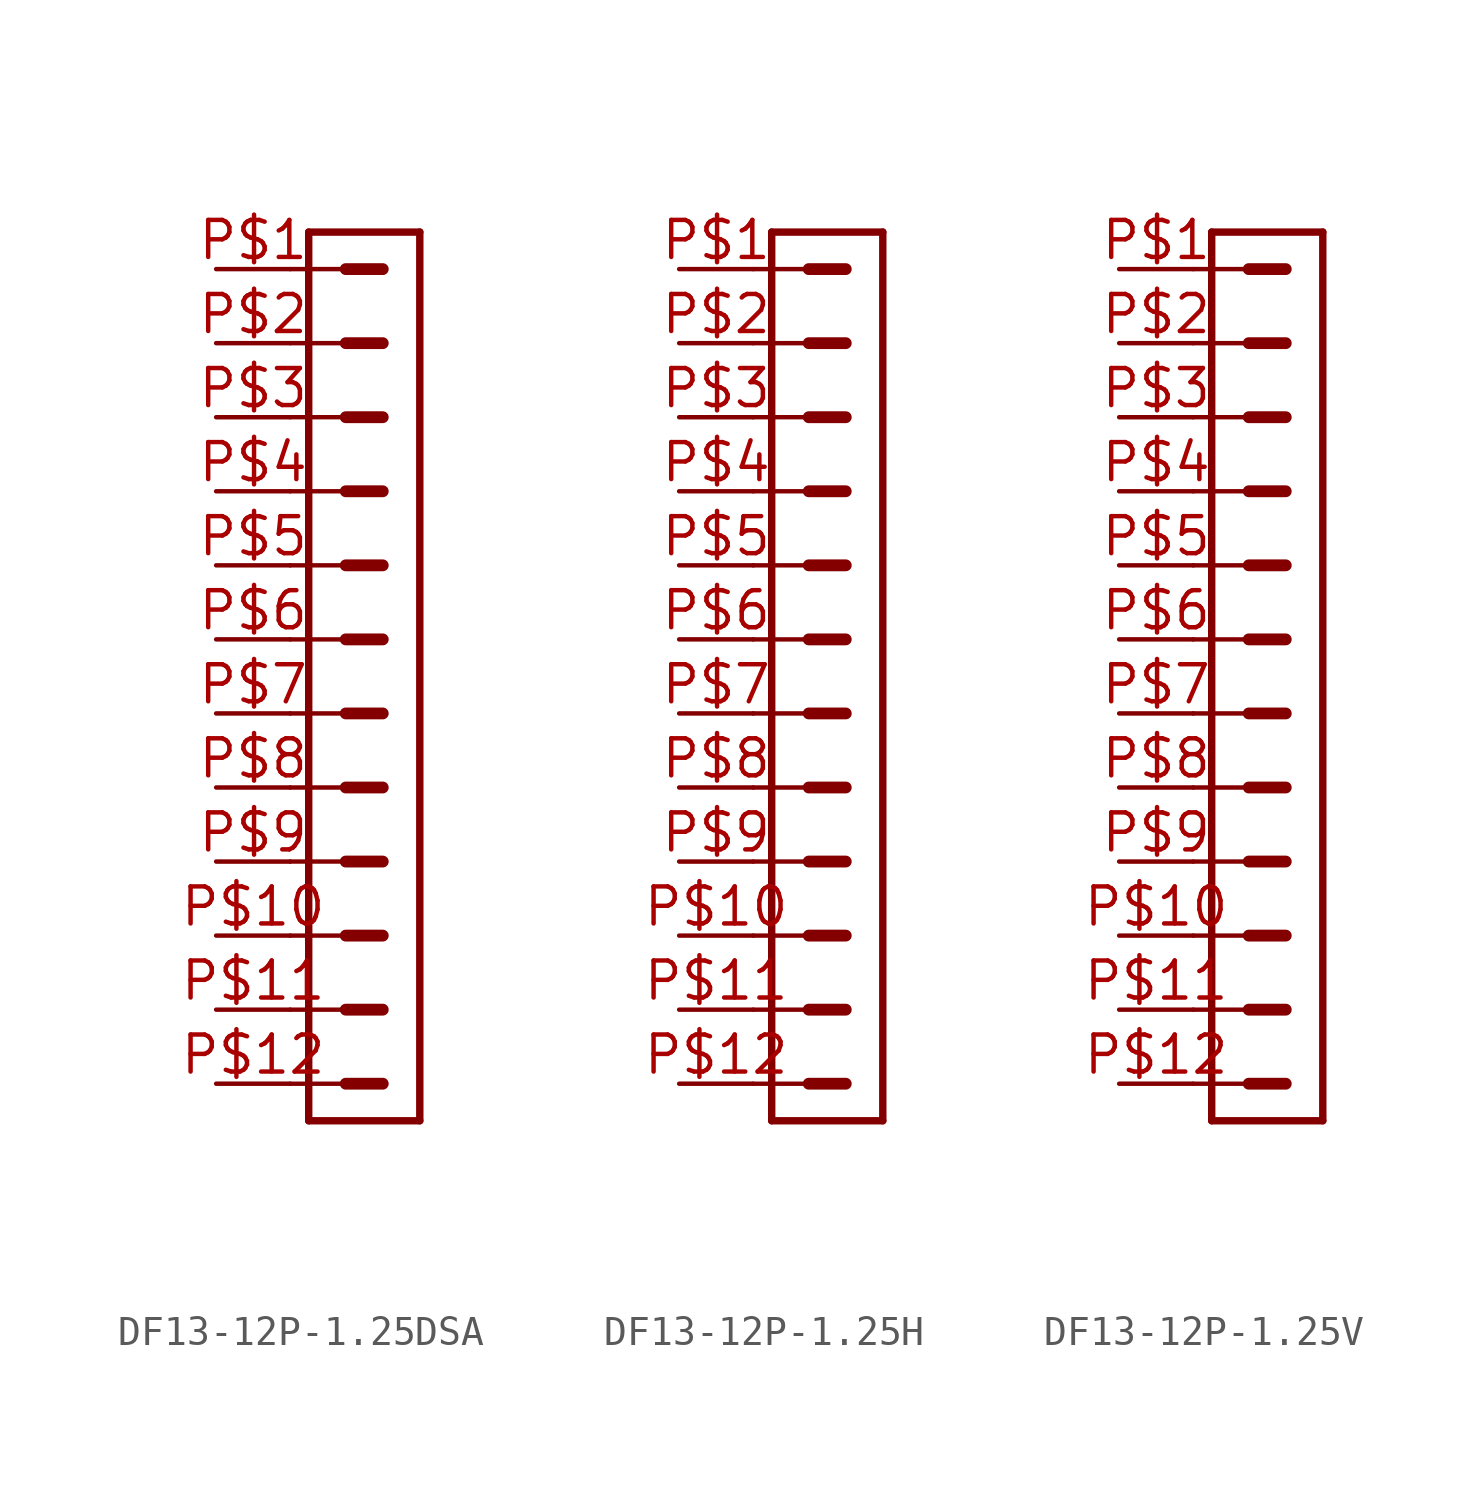
<source format=kicad_sym>
(kicad_symbol_lib
  (version 20231120)
  (generator "kicad_symbol_editor")
  (generator_version "8.0")
  (symbol "DF13-12P-1.25DSA"
    (property "Reference" ""
      (at -1.905 20.32 0)
      (effects (font (size 1.778 1.511)) (justify left bottom) (hide yes)))
    (property "Value" ""
      (at -1.905 -14.287 0)
      (effects (font (size 1.778 1.511)) (justify left bottom)))
    (property "ki_locked" ""
      (at 0 0 0)
      (effects (font (size 1.27 1.27))))
    (symbol "DF13-12P-1.25DSA_1_0"
      (polyline (pts (xy -2.54 -10.16) (xy -0.635 -10.16)) (stroke (width 0.152) (type solid)) (fill (type none)))
      (polyline (pts (xy -2.54 -7.62) (xy -0.635 -7.62)) (stroke (width 0.152) (type solid)) (fill (type none)))
      (polyline (pts (xy -2.54 -5.08) (xy -0.635 -5.08)) (stroke (width 0.152) (type solid)) (fill (type none)))
      (polyline (pts (xy -2.54 -2.54) (xy -0.635 -2.54)) (stroke (width 0.152) (type solid)) (fill (type none)))
      (polyline (pts (xy -2.54 0) (xy -0.635 0)) (stroke (width 0.152) (type solid)) (fill (type none)))
      (polyline (pts (xy -2.54 2.54) (xy -0.635 2.54)) (stroke (width 0.152) (type solid)) (fill (type none)))
      (polyline (pts (xy -2.54 5.08) (xy -0.635 5.08)) (stroke (width 0.152) (type solid)) (fill (type none)))
      (polyline (pts (xy -2.54 7.62) (xy -0.635 7.62)) (stroke (width 0.152) (type solid)) (fill (type none)))
      (polyline (pts (xy -2.54 10.16) (xy -0.635 10.16)) (stroke (width 0.152) (type solid)) (fill (type none)))
      (polyline (pts (xy -2.54 12.7) (xy -0.635 12.7)) (stroke (width 0.152) (type solid)) (fill (type none)))
      (polyline (pts (xy -2.54 15.24) (xy -0.635 15.24)) (stroke (width 0.152) (type solid)) (fill (type none)))
      (polyline (pts (xy -2.54 17.78) (xy -0.635 17.78)) (stroke (width 0.152) (type solid)) (fill (type none)))
      (polyline (pts (xy -1.905 -11.43) (xy -1.905 19.05)) (stroke (width 0.254) (type solid)) (fill (type none)))
      (polyline (pts (xy -1.905 -11.43) (xy 1.905 -11.43)) (stroke (width 0.254) (type solid)) (fill (type none)))
      (polyline (pts (xy -0.635 -10.16) (xy 0.635 -10.16)) (stroke (width 0.406) (type solid)) (fill (type none)))
      (polyline (pts (xy -0.635 -7.62) (xy 0.635 -7.62)) (stroke (width 0.406) (type solid)) (fill (type none)))
      (polyline (pts (xy -0.635 -5.08) (xy 0.635 -5.08)) (stroke (width 0.406) (type solid)) (fill (type none)))
      (polyline (pts (xy -0.635 -2.54) (xy 0.635 -2.54)) (stroke (width 0.406) (type solid)) (fill (type none)))
      (polyline (pts (xy -0.635 0) (xy 0.635 0)) (stroke (width 0.406) (type solid)) (fill (type none)))
      (polyline (pts (xy -0.635 2.54) (xy 0.635 2.54)) (stroke (width 0.406) (type solid)) (fill (type none)))
      (polyline (pts (xy -0.635 5.08) (xy 0.635 5.08)) (stroke (width 0.406) (type solid)) (fill (type none)))
      (polyline (pts (xy -0.635 7.62) (xy 0.635 7.62)) (stroke (width 0.406) (type solid)) (fill (type none)))
      (polyline (pts (xy -0.635 10.16) (xy 0.635 10.16)) (stroke (width 0.406) (type solid)) (fill (type none)))
      (polyline (pts (xy -0.635 12.7) (xy 0.635 12.7)) (stroke (width 0.406) (type solid)) (fill (type none)))
      (polyline (pts (xy -0.635 15.24) (xy 0.635 15.24)) (stroke (width 0.406) (type solid)) (fill (type none)))
      (polyline (pts (xy -0.635 17.78) (xy 0.635 17.78)) (stroke (width 0.406) (type solid)) (fill (type none)))
      (polyline (pts (xy 1.905 19.05) (xy -1.905 19.05)) (stroke (width 0.254) (type solid)) (fill (type none)))
      (polyline (pts (xy 1.905 19.05) (xy 1.905 -11.43)) (stroke (width 0.254) (type solid)) (fill (type none)))
      (pin passive line (at -5.08 17.78 0) (length 2.54) (name "1" (effects (font (size 0 0)))) (number "P$1" (effects (font (size 1.27 1.27)))))
      (pin passive line (at -5.08 -5.08 0) (length 2.54) (name "10" (effects (font (size 0 0)))) (number "P$10" (effects (font (size 1.27 1.27)))))
      (pin passive line (at -5.08 -7.62 0) (length 2.54) (name "11" (effects (font (size 0 0)))) (number "P$11" (effects (font (size 1.27 1.27)))))
      (pin passive line (at -5.08 -10.16 0) (length 2.54) (name "12" (effects (font (size 0 0)))) (number "P$12" (effects (font (size 1.27 1.27)))))
      (pin passive line (at -5.08 15.24 0) (length 2.54) (name "2" (effects (font (size 0 0)))) (number "P$2" (effects (font (size 1.27 1.27)))))
      (pin passive line (at -5.08 12.7 0) (length 2.54) (name "3" (effects (font (size 0 0)))) (number "P$3" (effects (font (size 1.27 1.27)))))
      (pin passive line (at -5.08 10.16 0) (length 2.54) (name "4" (effects (font (size 0 0)))) (number "P$4" (effects (font (size 1.27 1.27)))))
      (pin passive line (at -5.08 7.62 0) (length 2.54) (name "5" (effects (font (size 0 0)))) (number "P$5" (effects (font (size 1.27 1.27)))))
      (pin passive line (at -5.08 5.08 0) (length 2.54) (name "6" (effects (font (size 0 0)))) (number "P$6" (effects (font (size 1.27 1.27)))))
      (pin passive line (at -5.08 2.54 0) (length 2.54) (name "7" (effects (font (size 0 0)))) (number "P$7" (effects (font (size 1.27 1.27)))))
      (pin passive line (at -5.08 0 0) (length 2.54) (name "8" (effects (font (size 0 0)))) (number "P$8" (effects (font (size 1.27 1.27)))))
      (pin passive line (at -5.08 -2.54 0) (length 2.54) (name "9" (effects (font (size 0 0)))) (number "P$9" (effects (font (size 1.27 1.27)))))))
  (symbol "DF13-12P-1.25H"
    (property "Reference" ""
      (at -1.905 20.32 0)
      (effects (font (size 1.778 1.511)) (justify left bottom) (hide yes)))
    (property "Value" ""
      (at -1.905 -14.287 0)
      (effects (font (size 1.778 1.511)) (justify left bottom)))
    (property "ki_locked" ""
      (at 0 0 0)
      (effects (font (size 1.27 1.27))))
    (symbol "DF13-12P-1.25H_1_0"
      (polyline (pts (xy -2.54 -10.16) (xy -0.635 -10.16)) (stroke (width 0.152) (type solid)) (fill (type none)))
      (polyline (pts (xy -2.54 -7.62) (xy -0.635 -7.62)) (stroke (width 0.152) (type solid)) (fill (type none)))
      (polyline (pts (xy -2.54 -5.08) (xy -0.635 -5.08)) (stroke (width 0.152) (type solid)) (fill (type none)))
      (polyline (pts (xy -2.54 -2.54) (xy -0.635 -2.54)) (stroke (width 0.152) (type solid)) (fill (type none)))
      (polyline (pts (xy -2.54 0) (xy -0.635 0)) (stroke (width 0.152) (type solid)) (fill (type none)))
      (polyline (pts (xy -2.54 2.54) (xy -0.635 2.54)) (stroke (width 0.152) (type solid)) (fill (type none)))
      (polyline (pts (xy -2.54 5.08) (xy -0.635 5.08)) (stroke (width 0.152) (type solid)) (fill (type none)))
      (polyline (pts (xy -2.54 7.62) (xy -0.635 7.62)) (stroke (width 0.152) (type solid)) (fill (type none)))
      (polyline (pts (xy -2.54 10.16) (xy -0.635 10.16)) (stroke (width 0.152) (type solid)) (fill (type none)))
      (polyline (pts (xy -2.54 12.7) (xy -0.635 12.7)) (stroke (width 0.152) (type solid)) (fill (type none)))
      (polyline (pts (xy -2.54 15.24) (xy -0.635 15.24)) (stroke (width 0.152) (type solid)) (fill (type none)))
      (polyline (pts (xy -2.54 17.78) (xy -0.635 17.78)) (stroke (width 0.152) (type solid)) (fill (type none)))
      (polyline (pts (xy -1.905 -11.43) (xy -1.905 19.05)) (stroke (width 0.254) (type solid)) (fill (type none)))
      (polyline (pts (xy -1.905 -11.43) (xy 1.905 -11.43)) (stroke (width 0.254) (type solid)) (fill (type none)))
      (polyline (pts (xy -0.635 -10.16) (xy 0.635 -10.16)) (stroke (width 0.406) (type solid)) (fill (type none)))
      (polyline (pts (xy -0.635 -7.62) (xy 0.635 -7.62)) (stroke (width 0.406) (type solid)) (fill (type none)))
      (polyline (pts (xy -0.635 -5.08) (xy 0.635 -5.08)) (stroke (width 0.406) (type solid)) (fill (type none)))
      (polyline (pts (xy -0.635 -2.54) (xy 0.635 -2.54)) (stroke (width 0.406) (type solid)) (fill (type none)))
      (polyline (pts (xy -0.635 0) (xy 0.635 0)) (stroke (width 0.406) (type solid)) (fill (type none)))
      (polyline (pts (xy -0.635 2.54) (xy 0.635 2.54)) (stroke (width 0.406) (type solid)) (fill (type none)))
      (polyline (pts (xy -0.635 5.08) (xy 0.635 5.08)) (stroke (width 0.406) (type solid)) (fill (type none)))
      (polyline (pts (xy -0.635 7.62) (xy 0.635 7.62)) (stroke (width 0.406) (type solid)) (fill (type none)))
      (polyline (pts (xy -0.635 10.16) (xy 0.635 10.16)) (stroke (width 0.406) (type solid)) (fill (type none)))
      (polyline (pts (xy -0.635 12.7) (xy 0.635 12.7)) (stroke (width 0.406) (type solid)) (fill (type none)))
      (polyline (pts (xy -0.635 15.24) (xy 0.635 15.24)) (stroke (width 0.406) (type solid)) (fill (type none)))
      (polyline (pts (xy -0.635 17.78) (xy 0.635 17.78)) (stroke (width 0.406) (type solid)) (fill (type none)))
      (polyline (pts (xy 1.905 19.05) (xy -1.905 19.05)) (stroke (width 0.254) (type solid)) (fill (type none)))
      (polyline (pts (xy 1.905 19.05) (xy 1.905 -11.43)) (stroke (width 0.254) (type solid)) (fill (type none)))
      (pin passive line (at -5.08 17.78 0) (length 2.54) (name "1" (effects (font (size 0 0)))) (number "P$1" (effects (font (size 1.27 1.27)))))
      (pin passive line (at -5.08 -5.08 0) (length 2.54) (name "10" (effects (font (size 0 0)))) (number "P$10" (effects (font (size 1.27 1.27)))))
      (pin passive line (at -5.08 -7.62 0) (length 2.54) (name "11" (effects (font (size 0 0)))) (number "P$11" (effects (font (size 1.27 1.27)))))
      (pin passive line (at -5.08 -10.16 0) (length 2.54) (name "12" (effects (font (size 0 0)))) (number "P$12" (effects (font (size 1.27 1.27)))))
      (pin passive line (at -5.08 15.24 0) (length 2.54) (name "2" (effects (font (size 0 0)))) (number "P$2" (effects (font (size 1.27 1.27)))))
      (pin passive line (at -5.08 12.7 0) (length 2.54) (name "3" (effects (font (size 0 0)))) (number "P$3" (effects (font (size 1.27 1.27)))))
      (pin passive line (at -5.08 10.16 0) (length 2.54) (name "4" (effects (font (size 0 0)))) (number "P$4" (effects (font (size 1.27 1.27)))))
      (pin passive line (at -5.08 7.62 0) (length 2.54) (name "5" (effects (font (size 0 0)))) (number "P$5" (effects (font (size 1.27 1.27)))))
      (pin passive line (at -5.08 5.08 0) (length 2.54) (name "6" (effects (font (size 0 0)))) (number "P$6" (effects (font (size 1.27 1.27)))))
      (pin passive line (at -5.08 2.54 0) (length 2.54) (name "7" (effects (font (size 0 0)))) (number "P$7" (effects (font (size 1.27 1.27)))))
      (pin passive line (at -5.08 0 0) (length 2.54) (name "8" (effects (font (size 0 0)))) (number "P$8" (effects (font (size 1.27 1.27)))))
      (pin passive line (at -5.08 -2.54 0) (length 2.54) (name "9" (effects (font (size 0 0)))) (number "P$9" (effects (font (size 1.27 1.27)))))))
  (symbol "DF13-12P-1.25V"
    (property "Reference" ""
      (at -1.905 20.32 0)
      (effects (font (size 1.778 1.511)) (justify left bottom) (hide yes)))
    (property "Value" ""
      (at -1.905 -14.287 0)
      (effects (font (size 1.778 1.511)) (justify left bottom)))
    (property "ki_locked" ""
      (at 0 0 0)
      (effects (font (size 1.27 1.27))))
    (symbol "DF13-12P-1.25V_1_0"
      (polyline (pts (xy -2.54 -10.16) (xy -0.635 -10.16)) (stroke (width 0.152) (type solid)) (fill (type none)))
      (polyline (pts (xy -2.54 -7.62) (xy -0.635 -7.62)) (stroke (width 0.152) (type solid)) (fill (type none)))
      (polyline (pts (xy -2.54 -5.08) (xy -0.635 -5.08)) (stroke (width 0.152) (type solid)) (fill (type none)))
      (polyline (pts (xy -2.54 -2.54) (xy -0.635 -2.54)) (stroke (width 0.152) (type solid)) (fill (type none)))
      (polyline (pts (xy -2.54 0) (xy -0.635 0)) (stroke (width 0.152) (type solid)) (fill (type none)))
      (polyline (pts (xy -2.54 2.54) (xy -0.635 2.54)) (stroke (width 0.152) (type solid)) (fill (type none)))
      (polyline (pts (xy -2.54 5.08) (xy -0.635 5.08)) (stroke (width 0.152) (type solid)) (fill (type none)))
      (polyline (pts (xy -2.54 7.62) (xy -0.635 7.62)) (stroke (width 0.152) (type solid)) (fill (type none)))
      (polyline (pts (xy -2.54 10.16) (xy -0.635 10.16)) (stroke (width 0.152) (type solid)) (fill (type none)))
      (polyline (pts (xy -2.54 12.7) (xy -0.635 12.7)) (stroke (width 0.152) (type solid)) (fill (type none)))
      (polyline (pts (xy -2.54 15.24) (xy -0.635 15.24)) (stroke (width 0.152) (type solid)) (fill (type none)))
      (polyline (pts (xy -2.54 17.78) (xy -0.635 17.78)) (stroke (width 0.152) (type solid)) (fill (type none)))
      (polyline (pts (xy -1.905 -11.43) (xy -1.905 19.05)) (stroke (width 0.254) (type solid)) (fill (type none)))
      (polyline (pts (xy -1.905 -11.43) (xy 1.905 -11.43)) (stroke (width 0.254) (type solid)) (fill (type none)))
      (polyline (pts (xy -0.635 -10.16) (xy 0.635 -10.16)) (stroke (width 0.406) (type solid)) (fill (type none)))
      (polyline (pts (xy -0.635 -7.62) (xy 0.635 -7.62)) (stroke (width 0.406) (type solid)) (fill (type none)))
      (polyline (pts (xy -0.635 -5.08) (xy 0.635 -5.08)) (stroke (width 0.406) (type solid)) (fill (type none)))
      (polyline (pts (xy -0.635 -2.54) (xy 0.635 -2.54)) (stroke (width 0.406) (type solid)) (fill (type none)))
      (polyline (pts (xy -0.635 0) (xy 0.635 0)) (stroke (width 0.406) (type solid)) (fill (type none)))
      (polyline (pts (xy -0.635 2.54) (xy 0.635 2.54)) (stroke (width 0.406) (type solid)) (fill (type none)))
      (polyline (pts (xy -0.635 5.08) (xy 0.635 5.08)) (stroke (width 0.406) (type solid)) (fill (type none)))
      (polyline (pts (xy -0.635 7.62) (xy 0.635 7.62)) (stroke (width 0.406) (type solid)) (fill (type none)))
      (polyline (pts (xy -0.635 10.16) (xy 0.635 10.16)) (stroke (width 0.406) (type solid)) (fill (type none)))
      (polyline (pts (xy -0.635 12.7) (xy 0.635 12.7)) (stroke (width 0.406) (type solid)) (fill (type none)))
      (polyline (pts (xy -0.635 15.24) (xy 0.635 15.24)) (stroke (width 0.406) (type solid)) (fill (type none)))
      (polyline (pts (xy -0.635 17.78) (xy 0.635 17.78)) (stroke (width 0.406) (type solid)) (fill (type none)))
      (polyline (pts (xy 1.905 19.05) (xy -1.905 19.05)) (stroke (width 0.254) (type solid)) (fill (type none)))
      (polyline (pts (xy 1.905 19.05) (xy 1.905 -11.43)) (stroke (width 0.254) (type solid)) (fill (type none)))
      (pin passive line (at -5.08 17.78 0) (length 2.54) (name "1" (effects (font (size 0 0)))) (number "P$1" (effects (font (size 1.27 1.27)))))
      (pin passive line (at -5.08 -5.08 0) (length 2.54) (name "10" (effects (font (size 0 0)))) (number "P$10" (effects (font (size 1.27 1.27)))))
      (pin passive line (at -5.08 -7.62 0) (length 2.54) (name "11" (effects (font (size 0 0)))) (number "P$11" (effects (font (size 1.27 1.27)))))
      (pin passive line (at -5.08 -10.16 0) (length 2.54) (name "12" (effects (font (size 0 0)))) (number "P$12" (effects (font (size 1.27 1.27)))))
      (pin passive line (at -5.08 15.24 0) (length 2.54) (name "2" (effects (font (size 0 0)))) (number "P$2" (effects (font (size 1.27 1.27)))))
      (pin passive line (at -5.08 12.7 0) (length 2.54) (name "3" (effects (font (size 0 0)))) (number "P$3" (effects (font (size 1.27 1.27)))))
      (pin passive line (at -5.08 10.16 0) (length 2.54) (name "4" (effects (font (size 0 0)))) (number "P$4" (effects (font (size 1.27 1.27)))))
      (pin passive line (at -5.08 7.62 0) (length 2.54) (name "5" (effects (font (size 0 0)))) (number "P$5" (effects (font (size 1.27 1.27)))))
      (pin passive line (at -5.08 5.08 0) (length 2.54) (name "6" (effects (font (size 0 0)))) (number "P$6" (effects (font (size 1.27 1.27)))))
      (pin passive line (at -5.08 2.54 0) (length 2.54) (name "7" (effects (font (size 0 0)))) (number "P$7" (effects (font (size 1.27 1.27)))))
      (pin passive line (at -5.08 0 0) (length 2.54) (name "8" (effects (font (size 0 0)))) (number "P$8" (effects (font (size 1.27 1.27)))))
      (pin passive line (at -5.08 -2.54 0) (length 2.54) (name "9" (effects (font (size 0 0)))) (number "P$9" (effects (font (size 1.27 1.27))))))))
</source>
